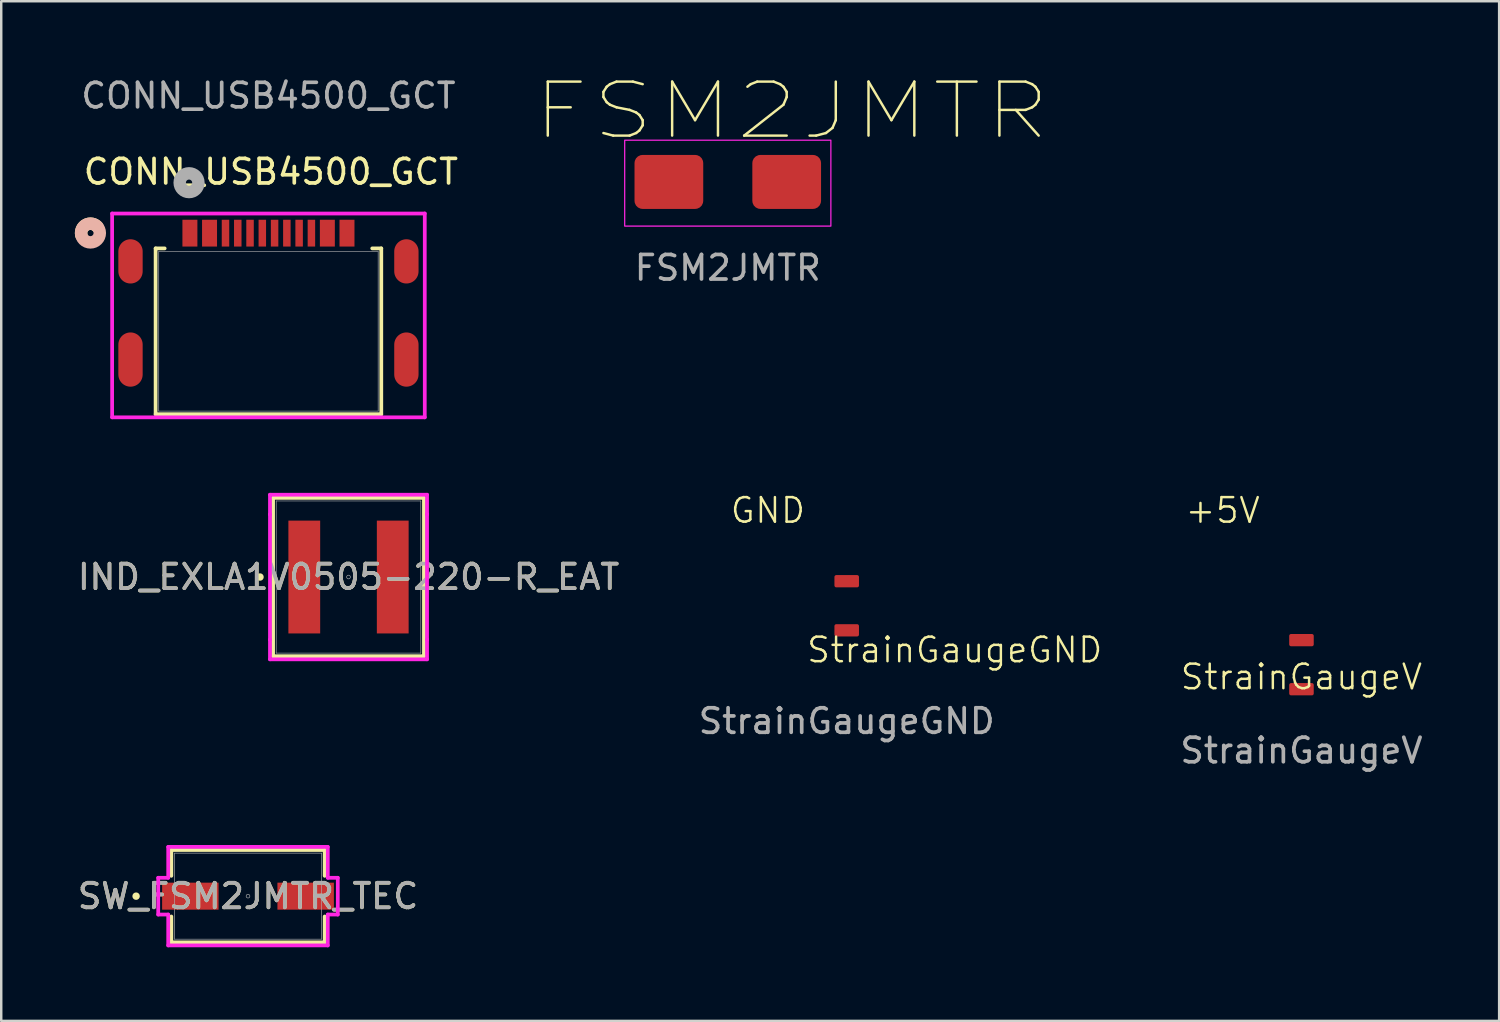
<source format=kicad_pcb>
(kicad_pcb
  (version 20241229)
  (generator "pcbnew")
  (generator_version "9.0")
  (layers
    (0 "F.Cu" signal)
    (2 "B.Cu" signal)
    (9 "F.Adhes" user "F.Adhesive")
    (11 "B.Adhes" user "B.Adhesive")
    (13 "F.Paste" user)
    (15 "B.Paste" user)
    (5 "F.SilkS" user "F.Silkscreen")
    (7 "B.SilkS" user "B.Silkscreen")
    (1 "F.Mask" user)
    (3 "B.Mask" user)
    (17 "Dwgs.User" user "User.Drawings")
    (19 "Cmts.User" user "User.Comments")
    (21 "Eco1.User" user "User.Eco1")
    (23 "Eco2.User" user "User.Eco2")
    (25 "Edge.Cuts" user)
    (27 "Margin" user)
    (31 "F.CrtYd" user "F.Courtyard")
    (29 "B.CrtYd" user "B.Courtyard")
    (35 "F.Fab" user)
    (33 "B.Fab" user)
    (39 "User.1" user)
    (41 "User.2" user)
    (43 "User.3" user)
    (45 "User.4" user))
  (footprint "FSM2JMTR"
    (layer "F.Cu")
    (at 26.601 4.562)
    (property "Reference" "FSM2JMTR" (at 2.6 -3.1 0) (unlocked yes) (layer "F.SilkS") (effects (font (size 2.2 2.8) (thickness 0.1))))
    (attr smd)
    (fp_rect (start -4.2 -1.9) (end 4.2 1.6) (stroke (width 0.05) (type default)) (fill no) (layer "F.CrtYd"))
    (fp_text user "${REFERENCE}" (at 0 3.3 0) (unlocked yes) (layer "F.Fab") (effects (font (size 1 1) (thickness 0.15))))
    (pad "1" smd roundrect (at -2.4 -0.2) (size 2.8 2.2) (layers "F.Cu" "F.Mask" "F.Paste") (roundrect_rratio 0.15))
    (pad "2" smd roundrect (at 2.4 -0.2) (size 2.8 2.2) (layers "F.Cu" "F.Mask" "F.Paste") (roundrect_rratio 0.15)))
  (footprint "StrainGaugeGND"
    (layer "F.Cu")
    (at 31.446 22.63)
    (property "Reference" "StrainGaugeGND" (at 4.4 0.8 0) (unlocked yes) (layer "F.SilkS") (effects (font (size 1 1) (thickness 0.1))))
    (attr exclude_from_pos_files exclude_from_bom allow_missing_courtyard)
    (fp_text user "GND" (at -4.8 -4.3 0) (unlocked yes) (layer "F.SilkS") (effects (font (size 1 1) (thickness 0.1)) (justify left bottom)))
    (fp_text user "${REFERENCE}" (at 0 3.7 0) (unlocked yes) (layer "F.Fab") (effects (font (size 1 1) (thickness 0.15))))
    (pad "1" smd roundrect (at 0 -2) (size 1 0.5) (layers "F.Cu" "F.Mask" "F.Paste") (roundrect_rratio 0.15))
    (pad "2" smd roundrect (at 0 0) (size 1 0.5) (layers "F.Cu" "F.Mask" "F.Paste") (roundrect_rratio 0.15)))
  (footprint "SW_FSM2JMTR_TEC"
    (layer "F.Cu")
    (at 7.054 33.461)
    (property "Reference" "SW_FSM2JMTR_TEC" (at 0 0 0) (unlocked yes) (layer "F.SilkS") (effects (font (size 1 1) (thickness 0.15))))
    (attr smd)
    (fp_line (start -3.124 -1.88) (end -3.124 -0.828) (stroke (width 0.152) (type solid)) (layer "F.SilkS"))
    (fp_line (start -3.124 0.828) (end -3.124 1.88) (stroke (width 0.152) (type solid)) (layer "F.SilkS"))
    (fp_line (start -3.124 1.88) (end 3.124 1.88) (stroke (width 0.152) (type solid)) (layer "F.SilkS"))
    (fp_line (start 3.124 -1.88) (end -3.124 -1.88) (stroke (width 0.152) (type solid)) (layer "F.SilkS"))
    (fp_line (start 3.124 -0.828) (end 3.124 -1.88) (stroke (width 0.152) (type solid)) (layer "F.SilkS"))
    (fp_line (start 3.124 1.88) (end 3.124 0.828) (stroke (width 0.152) (type solid)) (layer "F.SilkS"))
    (fp_circle (center -4.559 0) (end -4.483 0) (stroke (width 0.152) (type solid)) (fill no) (layer "F.SilkS"))
    (fp_line (start -3.658 -0.749) (end -3.251 -0.749) (stroke (width 0.152) (type solid)) (layer "F.CrtYd"))
    (fp_line (start -3.658 0.749) (end -3.658 -0.749) (stroke (width 0.152) (type solid)) (layer "F.CrtYd"))
    (fp_line (start -3.658 0.749) (end -3.251 0.749) (stroke (width 0.152) (type solid)) (layer "F.CrtYd"))
    (fp_line (start -3.251 -2.007) (end 3.251 -2.007) (stroke (width 0.152) (type solid)) (layer "F.CrtYd"))
    (fp_line (start -3.251 -0.749) (end -3.251 -2.007) (stroke (width 0.152) (type solid)) (layer "F.CrtYd"))
    (fp_line (start -3.251 2.007) (end -3.251 0.749) (stroke (width 0.152) (type solid)) (layer "F.CrtYd"))
    (fp_line (start 3.251 -2.007) (end 3.251 -0.749) (stroke (width 0.152) (type solid)) (layer "F.CrtYd"))
    (fp_line (start 3.251 0.749) (end 3.251 2.007) (stroke (width 0.152) (type solid)) (layer "F.CrtYd"))
    (fp_line (start 3.251 2.007) (end -3.251 2.007) (stroke (width 0.152) (type solid)) (layer "F.CrtYd"))
    (fp_line (start 3.658 -0.749) (end 3.251 -0.749) (stroke (width 0.152) (type solid)) (layer "F.CrtYd"))
    (fp_line (start 3.658 -0.749) (end 3.658 0.749) (stroke (width 0.152) (type solid)) (layer "F.CrtYd"))
    (fp_line (start 3.658 0.749) (end 3.251 0.749) (stroke (width 0.152) (type solid)) (layer "F.CrtYd"))
    (fp_line (start -2.997 -1.753) (end -2.997 1.753) (stroke (width 0.025) (type solid)) (layer "F.Fab"))
    (fp_line (start -2.997 1.753) (end 2.997 1.753) (stroke (width 0.025) (type solid)) (layer "F.Fab"))
    (fp_line (start 2.997 -1.753) (end -2.997 -1.753) (stroke (width 0.025) (type solid)) (layer "F.Fab"))
    (fp_line (start 2.997 1.753) (end 2.997 -1.753) (stroke (width 0.025) (type solid)) (layer "F.Fab"))
    (fp_circle (center 0 0) (end 0.076 0) (stroke (width 0.025) (type solid)) (fill no) (layer "F.Fab"))
    (fp_text user "${REFERENCE}" (at 0 0 0) (unlocked yes) (layer "F.Fab") (effects (font (size 1 1) (thickness 0.15))))
    (pad "1" smd rect (at -2.349 0) (size 2.3 1.1) (layers "F.Cu" "F.Mask" "F.Paste"))
    (pad "2" smd rect (at 2.349 0) (size 2.3 1.1) (layers "F.Cu" "F.Mask" "F.Paste")))
  (footprint "StrainGaugeV"
    (layer "F.Cu")
    (at 49.974 25.03)
    (property "Reference" "StrainGaugeV" (at 0 -0.5 0) (unlocked yes) (layer "F.SilkS") (effects (font (size 1 1) (thickness 0.1))))
    (attr exclude_from_pos_files exclude_from_bom allow_missing_courtyard)
    (fp_text user "+5V" (at -4.8 -6.7 0) (unlocked yes) (layer "F.SilkS") (effects (font (size 1 1) (thickness 0.1)) (justify left bottom)))
    (fp_text user "${REFERENCE}" (at 0 2.5 0) (unlocked yes) (layer "F.Fab") (effects (font (size 1 1) (thickness 0.15))))
    (pad "1" smd roundrect (at 0 -2) (size 1 0.5) (layers "F.Cu" "F.Mask" "F.Paste") (roundrect_rratio 0.15))
    (pad "2" smd roundrect (at 0 0) (size 1 0.5) (layers "F.Cu" "F.Mask" "F.Paste") (roundrect_rratio 0.15)))
  (footprint "CONN_USB4500_GCT"
    (layer "F.Cu")
    (at 7.887 10.448)
    (property "Reference" "CONN_USB4500_GCT" (at 0.1 -6.5 0) (unlocked yes) (layer "F.SilkS") (effects (font (size 1 1) (thickness 0.15))))
    (attr smd)
    (fp_poly (pts (xy -3.505 -4.545) (xy -3.505 -3.453) (xy -2.895 -3.453) (xy -2.895 -4.545)) (stroke (width 0) (type solid)) (fill yes) (layer "F.Cu"))
    (fp_poly (pts (xy -2.705 -4.545) (xy -2.705 -3.453) (xy -2.095 -3.453) (xy -2.095 -4.545)) (stroke (width 0) (type solid)) (fill yes) (layer "F.Cu"))
    (fp_poly (pts (xy 2.095 -4.545) (xy 2.095 -3.453) (xy 2.705 -3.453) (xy 2.705 -4.545)) (stroke (width 0) (type solid)) (fill yes) (layer "F.Cu"))
    (fp_poly (pts (xy 2.895 -4.545) (xy 2.895 -3.453) (xy 3.505 -3.453) (xy 3.505 -4.545)) (stroke (width 0) (type solid)) (fill yes) (layer "F.Cu"))
    (fp_poly (pts (xy -3.505 -4.545) (xy -3.505 -3.453) (xy -2.895 -3.453) (xy -2.895 -4.545)) (stroke (width 0) (type solid)) (fill yes) (layer "F.Mask"))
    (fp_poly (pts (xy -2.705 -4.545) (xy -2.705 -3.453) (xy -2.095 -3.453) (xy -2.095 -4.545)) (stroke (width 0) (type solid)) (fill yes) (layer "F.Mask"))
    (fp_poly (pts (xy 2.095 -4.545) (xy 2.095 -3.453) (xy 2.705 -3.453) (xy 2.705 -4.545)) (stroke (width 0) (type solid)) (fill yes) (layer "F.Mask"))
    (fp_poly (pts (xy 2.895 -4.545) (xy 2.895 -3.453) (xy 3.505 -3.453) (xy 3.505 -4.545)) (stroke (width 0) (type solid)) (fill yes) (layer "F.Mask"))
    (fp_line (start -4.597 -3.378) (end -4.597 3.378) (stroke (width 0.152) (type solid)) (layer "F.SilkS"))
    (fp_line (start -4.597 3.378) (end 4.597 3.378) (stroke (width 0.152) (type solid)) (layer "F.SilkS"))
    (fp_line (start -4.228 -3.378) (end -4.597 -3.378) (stroke (width 0.152) (type solid)) (layer "F.SilkS"))
    (fp_line (start 4.597 -3.378) (end 4.228 -3.378) (stroke (width 0.152) (type solid)) (layer "F.SilkS"))
    (fp_line (start 4.597 3.378) (end 4.597 -3.378) (stroke (width 0.152) (type solid)) (layer "F.SilkS"))
    (fp_arc (start -7.623584 -3.91998) (mid -7.428038 -4.341706) (end -6.970332 -4.260488) (stroke (width 0.508) (type solid)) (layer "F.SilkS"))
    (fp_circle (center -7.252 -4.004) (end -6.871 -4.004) (stroke (width 0.508) (type solid)) (fill no) (layer "B.SilkS"))
    (fp_poly (pts (xy -3.505 -4.545) (xy -3.505 -3.453) (xy -2.895 -3.453) (xy -2.895 -4.545)) (stroke (width 0) (type solid)) (fill yes) (layer "F.Paste"))
    (fp_line (start -6.369 -4.799) (end -6.369 3.505) (stroke (width 0.152) (type solid)) (layer "F.CrtYd"))
    (fp_line (start -6.369 3.505) (end 6.369 3.505) (stroke (width 0.152) (type solid)) (layer "F.CrtYd"))
    (fp_line (start 6.369 -4.799) (end -6.369 -4.799) (stroke (width 0.152) (type solid)) (layer "F.CrtYd"))
    (fp_line (start 6.369 3.505) (end 6.369 -4.799) (stroke (width 0.152) (type solid)) (layer "F.CrtYd"))
    (fp_line (start -4.47 -3.251) (end -4.47 3.251) (stroke (width 0.025) (type solid)) (layer "F.Fab"))
    (fp_line (start -4.47 3.251) (end 4.47 3.251) (stroke (width 0.025) (type solid)) (layer "F.Fab"))
    (fp_line (start 4.47 -3.251) (end -4.47 -3.251) (stroke (width 0.025) (type solid)) (layer "F.Fab"))
    (fp_line (start 4.47 3.251) (end 4.47 -3.251) (stroke (width 0.025) (type solid)) (layer "F.Fab"))
    (fp_circle (center -3.235 -6.055) (end -2.854 -6.055) (stroke (width 0.508) (type solid)) (fill no) (layer "F.Fab"))
    (fp_text user "${REFERENCE}" (at 0 -9.6 0) (unlocked yes) (layer "F.Fab") (effects (font (size 1 1) (thickness 0.15))))
    (pad "17" smd oval (at -5.62 -2.849) (size 0.991 1.803) (layers "F.Cu" "F.Mask" "F.Paste"))
    (pad "18" smd oval (at 5.62 -2.849) (size 0.991 1.803) (layers "F.Cu" "F.Mask" "F.Paste"))
    (pad "19" smd oval (at -5.62 1.151) (size 0.991 2.21) (layers "F.Cu" "F.Mask" "F.Paste"))
    (pad "20" smd oval (at 5.62 1.151) (size 0.991 2.21) (layers "F.Cu" "F.Mask" "F.Paste"))
    (pad "A1" smd rect (at -3.352 -3.999) (size 0.127 0.127) (layers "F.Cu" "F.Mask" "F.Paste"))
    (pad "A4" smd rect (at -2.552 -3.999) (size 0.127 0.127) (layers "F.Cu" "F.Mask" "F.Paste"))
    (pad "A5" smd rect (at -1.25 -3.999) (size 0.305 1.092) (layers "F.Cu" "F.Mask" "F.Paste"))
    (pad "A6" smd rect (at -0.25 -3.999) (size 0.305 1.092) (layers "F.Cu" "F.Mask" "F.Paste"))
    (pad "A7" smd rect (at 0.25 -3.999) (size 0.305 1.092) (layers "F.Cu" "F.Mask" "F.Paste"))
    (pad "A8" smd rect (at 1.25 -3.999) (size 0.305 1.092) (layers "F.Cu" "F.Mask" "F.Paste"))
    (pad "A9" smd rect (at 2.552 -3.999) (size 0.127 0.127) (layers "F.Cu" "F.Mask" "F.Paste"))
    (pad "A12" smd rect (at 3.352 -3.999) (size 0.127 0.127) (layers "F.Cu" "F.Mask" "F.Paste"))
    (pad "B1" smd rect (at 3.048 -3.999) (size 0.127 0.127) (layers "F.Cu" "F.Mask" "F.Paste"))
    (pad "B4" smd rect (at 2.248 -3.999) (size 0.127 0.127) (layers "F.Cu" "F.Mask" "F.Paste"))
    (pad "B5" smd rect (at 1.75 -3.999) (size 0.305 1.092) (layers "F.Cu" "F.Mask" "F.Paste"))
    (pad "B6" smd rect (at 0.75 -3.999) (size 0.305 1.092) (layers "F.Cu" "F.Mask" "F.Paste"))
    (pad "B7" smd rect (at -0.75 -3.999) (size 0.305 1.092) (layers "F.Cu" "F.Mask" "F.Paste"))
    (pad "B8" smd rect (at -1.75 -3.999) (size 0.305 1.092) (layers "F.Cu" "F.Mask" "F.Paste"))
    (pad "B9" smd rect (at -2.248 -3.999) (size 0.127 0.127) (layers "F.Cu" "F.Mask" "F.Paste"))
    (pad "B12" smd rect (at -3.048 -3.999) (size 0.127 0.127) (layers "F.Cu" "F.Mask" "F.Paste")))
  (footprint "IND_EXLA1V0505-220-R_EAT"
    (layer "F.Cu")
    (at 11.149 20.459)
    (property "Reference" "IND_EXLA1V0505-220-R_EAT" (at 0 0 0) (unlocked yes) (layer "F.SilkS") (effects (font (size 1 1) (thickness 0.15))))
    (attr smd)
    (fp_line (start -3.073 -3.226) (end -3.073 3.226) (stroke (width 0.152) (type solid)) (layer "F.SilkS"))
    (fp_line (start -3.073 3.226) (end 3.073 3.226) (stroke (width 0.152) (type solid)) (layer "F.SilkS"))
    (fp_line (start 3.073 -3.226) (end -3.073 -3.226) (stroke (width 0.152) (type solid)) (layer "F.SilkS"))
    (fp_line (start 3.073 3.226) (end 3.073 -3.226) (stroke (width 0.152) (type solid)) (layer "F.SilkS"))
    (fp_circle (center -3.606 0) (end -3.53 0) (stroke (width 0.152) (type solid)) (fill no) (layer "F.SilkS"))
    (fp_line (start -3.2 -3.353) (end 3.2 -3.353) (stroke (width 0.152) (type solid)) (layer "F.CrtYd"))
    (fp_line (start -3.2 -2.553) (end -3.2 -3.353) (stroke (width 0.152) (type solid)) (layer "F.CrtYd"))
    (fp_line (start -3.2 -2.553) (end -3.2 -2.553) (stroke (width 0.152) (type solid)) (layer "F.CrtYd"))
    (fp_line (start -3.2 2.553) (end -3.2 -2.553) (stroke (width 0.152) (type solid)) (layer "F.CrtYd"))
    (fp_line (start -3.2 2.553) (end -3.2 2.553) (stroke (width 0.152) (type solid)) (layer "F.CrtYd"))
    (fp_line (start -3.2 3.353) (end -3.2 2.553) (stroke (width 0.152) (type solid)) (layer "F.CrtYd"))
    (fp_line (start 3.2 -3.353) (end 3.2 -2.553) (stroke (width 0.152) (type solid)) (layer "F.CrtYd"))
    (fp_line (start 3.2 -2.553) (end 3.2 -2.553) (stroke (width 0.152) (type solid)) (layer "F.CrtYd"))
    (fp_line (start 3.2 -2.553) (end 3.2 2.553) (stroke (width 0.152) (type solid)) (layer "F.CrtYd"))
    (fp_line (start 3.2 2.553) (end 3.2 2.553) (stroke (width 0.152) (type solid)) (layer "F.CrtYd"))
    (fp_line (start 3.2 2.553) (end 3.2 3.353) (stroke (width 0.152) (type solid)) (layer "F.CrtYd"))
    (fp_line (start 3.2 3.353) (end -3.2 3.353) (stroke (width 0.152) (type solid)) (layer "F.CrtYd"))
    (fp_line (start -2.946 -3.099) (end -2.946 3.099) (stroke (width 0.025) (type solid)) (layer "F.Fab"))
    (fp_line (start -2.946 3.099) (end 2.946 3.099) (stroke (width 0.025) (type solid)) (layer "F.Fab"))
    (fp_line (start 2.946 -3.099) (end -2.946 -3.099) (stroke (width 0.025) (type solid)) (layer "F.Fab"))
    (fp_line (start 2.946 3.099) (end 2.946 -3.099) (stroke (width 0.025) (type solid)) (layer "F.Fab"))
    (fp_circle (center 0 0) (end 0.076 0) (stroke (width 0.025) (type solid)) (fill no) (layer "F.Fab"))
    (fp_text user "${REFERENCE}" (at 0 0 0) (unlocked yes) (layer "F.Fab") (effects (font (size 1 1) (thickness 0.15))))
    (pad "1" smd rect (at -1.802 0) (size 1.295 4.597) (layers "F.Cu" "F.Mask" "F.Paste"))
    (pad "2" smd rect (at 1.802 0) (size 1.295 4.597) (layers "F.Cu" "F.Mask" "F.Paste")))
  (gr_rect
    (start -3 -3)
    (end 58.027 38.544)
    (stroke (width 0.1) (type default))
    (fill no)
    (layer "Edge.Cuts")))
</source>
